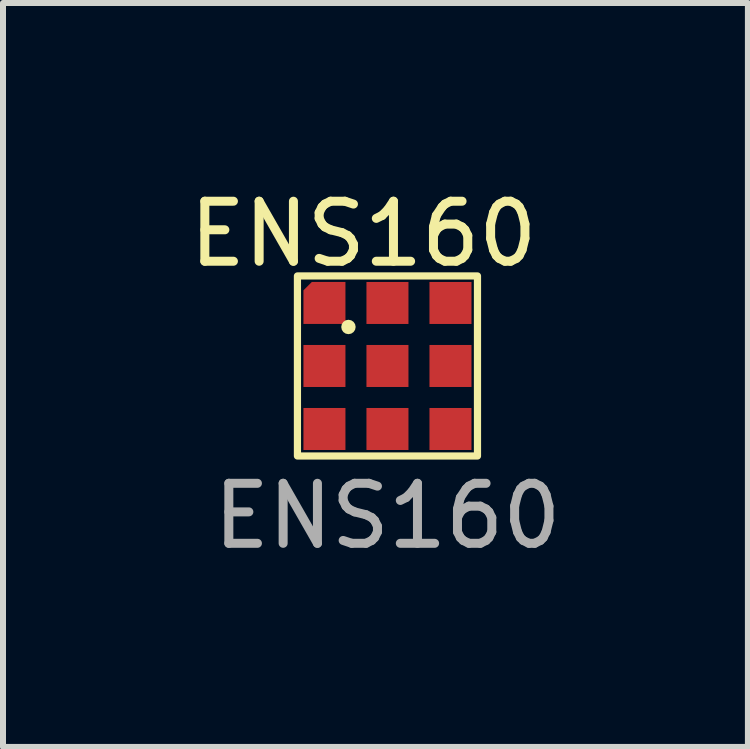
<source format=kicad_pcb>
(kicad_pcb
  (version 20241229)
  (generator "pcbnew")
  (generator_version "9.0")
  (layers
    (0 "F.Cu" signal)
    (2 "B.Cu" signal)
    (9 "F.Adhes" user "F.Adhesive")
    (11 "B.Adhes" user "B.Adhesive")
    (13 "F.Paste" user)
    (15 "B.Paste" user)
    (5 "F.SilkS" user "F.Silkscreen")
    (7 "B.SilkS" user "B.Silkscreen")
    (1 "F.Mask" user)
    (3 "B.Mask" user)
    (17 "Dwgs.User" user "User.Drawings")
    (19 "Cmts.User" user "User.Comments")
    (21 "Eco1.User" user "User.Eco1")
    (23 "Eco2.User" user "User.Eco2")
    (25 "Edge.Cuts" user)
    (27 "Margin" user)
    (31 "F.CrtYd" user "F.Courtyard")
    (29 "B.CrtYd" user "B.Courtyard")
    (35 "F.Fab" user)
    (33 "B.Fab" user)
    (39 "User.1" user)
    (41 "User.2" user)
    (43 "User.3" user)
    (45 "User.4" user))
  (footprint "ENS160"
    (layer "F.Cu")
    (at 3.406 3.048)
    (property "Reference" "ENS160" (at -0.4 -2.2 0) (unlocked yes) (layer "F.SilkS") (effects (font (size 1 1) (thickness 0.15))))
    (attr smd)
    (fp_rect (start -1.5 -1.5) (end 1.5 1.5) (stroke (width 0.12) (type solid)) (fill no) (layer "F.SilkS"))
    (fp_circle (center -0.65 -0.65) (end -0.65 -0.65) (stroke (width 0.12) (type solid)) (fill no) (layer "F.SilkS"))
    (fp_text user "${REFERENCE}" (at 0 2.5 0) (unlocked yes) (layer "F.Fab") (effects (font (size 1 1) (thickness 0.15))))
    (pad "1" smd roundrect (at -1.05 -1.05) (size 0.7 0.7) (layers "F.Cu" "F.Mask" "F.Paste") (roundrect_rratio 0) (chamfer_ratio 0.2) (chamfer top_left))
    (pad "2" smd rect (at -1.05 0) (size 0.7 0.7) (layers "F.Cu" "F.Mask" "F.Paste"))
    (pad "3" smd rect (at -1.05 1.05) (size 0.7 0.7) (layers "F.Cu" "F.Mask" "F.Paste"))
    (pad "4" smd rect (at 0 1.05) (size 0.7 0.7) (layers "F.Cu" "F.Mask" "F.Paste"))
    (pad "5" smd rect (at 1.05 1.05) (size 0.7 0.7) (layers "F.Cu" "F.Mask" "F.Paste"))
    (pad "6" smd rect (at 1.05 0) (size 0.7 0.7) (layers "F.Cu" "F.Mask" "F.Paste"))
    (pad "7" smd rect (at 1.05 -1.05) (size 0.7 0.7) (layers "F.Cu" "F.Mask" "F.Paste"))
    (pad "8" smd rect (at 0 -1.05) (size 0.7 0.7) (layers "F.Cu" "F.Mask" "F.Paste"))
    (pad "9" smd rect (at 0 0) (size 0.7 0.7) (layers "F.Cu" "F.Mask" "F.Paste")))
  (gr_rect
    (start -3 -3)
    (end 9.412 9.396)
    (stroke (width 0.1) (type default))
    (fill no)
    (layer "Edge.Cuts")))
</source>
